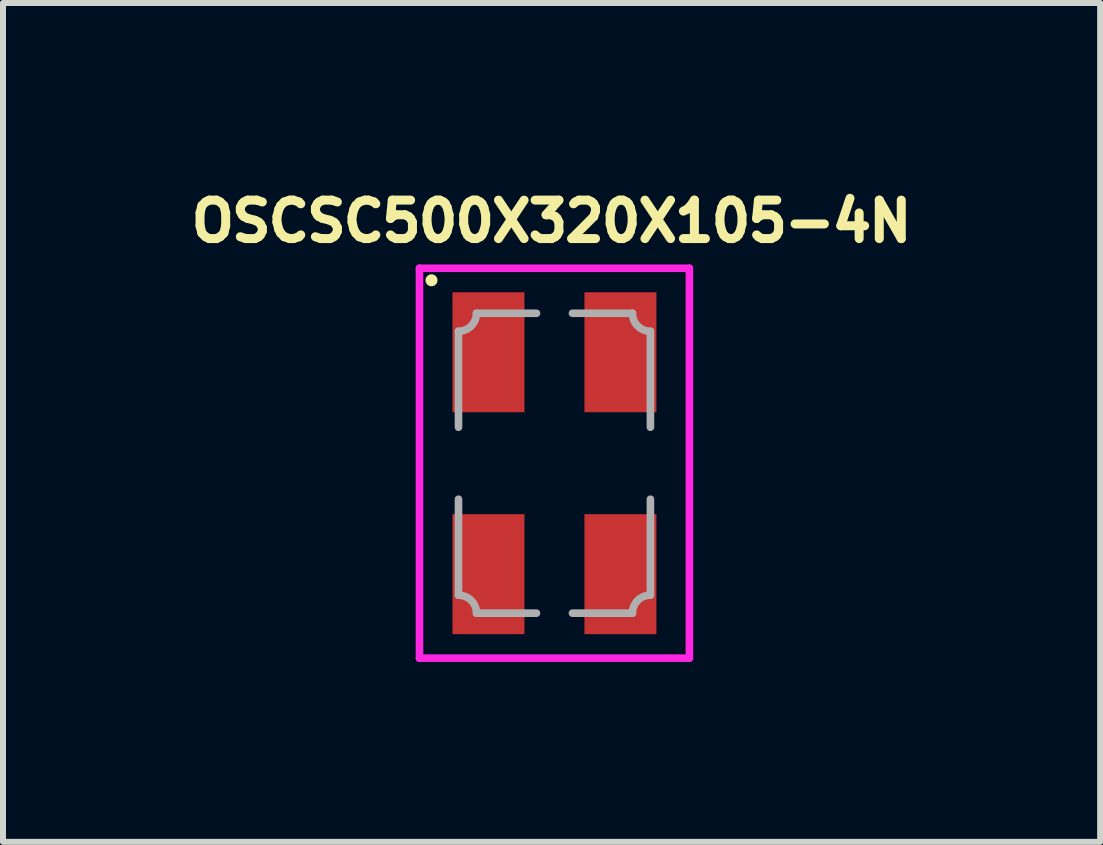
<source format=kicad_pcb>
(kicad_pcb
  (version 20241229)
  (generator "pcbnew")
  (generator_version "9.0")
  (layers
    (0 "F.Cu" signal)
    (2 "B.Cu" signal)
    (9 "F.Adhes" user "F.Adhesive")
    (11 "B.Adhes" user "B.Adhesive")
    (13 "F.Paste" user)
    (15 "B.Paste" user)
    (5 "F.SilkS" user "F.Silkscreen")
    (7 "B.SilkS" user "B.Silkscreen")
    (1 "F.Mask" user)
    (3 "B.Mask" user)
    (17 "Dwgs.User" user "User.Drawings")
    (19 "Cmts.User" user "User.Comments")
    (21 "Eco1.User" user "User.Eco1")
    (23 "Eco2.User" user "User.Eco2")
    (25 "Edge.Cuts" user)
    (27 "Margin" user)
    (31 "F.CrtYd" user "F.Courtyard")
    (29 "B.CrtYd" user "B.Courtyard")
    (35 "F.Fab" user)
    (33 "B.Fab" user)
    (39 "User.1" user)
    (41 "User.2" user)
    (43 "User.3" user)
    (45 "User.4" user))
  (footprint "OSCSC500X320X105-4N"
    (layer "F.Cu")
    (at 6.194 4.673)
    (property "Reference" "OSCSC500X320X105-4N" (at -0.048 -4.034 0) (layer "F.SilkS") (effects (font (size 0.641 0.641) (thickness 0.15))))
    (attr smd)
    (fp_circle (center -2.05 -3.05) (end -1.95 -3.05) (stroke (width 0) (type solid)) (fill yes) (layer "F.SilkS"))
    (fp_line (start -2.25 -3.25) (end -2.25 3.25) (stroke (width 0.127) (type solid)) (layer "F.CrtYd"))
    (fp_line (start -2.25 3.25) (end 2.25 3.25) (stroke (width 0.127) (type solid)) (layer "F.CrtYd"))
    (fp_line (start 2.25 -3.25) (end -2.25 -3.25) (stroke (width 0.127) (type solid)) (layer "F.CrtYd"))
    (fp_line (start 2.25 3.25) (end 2.25 -3.25) (stroke (width 0.127) (type solid)) (layer "F.CrtYd"))
    (fp_line (start -1.6 -2.2) (end -1.6 -0.6) (stroke (width 0.127) (type solid)) (layer "F.Fab"))
    (fp_line (start -1.6 0.6) (end -1.6 2.2) (stroke (width 0.127) (type solid)) (layer "F.Fab"))
    (fp_line (start -1.3 2.5) (end -0.3 2.5) (stroke (width 0.127) (type solid)) (layer "F.Fab"))
    (fp_line (start -0.3 -2.5) (end -1.3 -2.5) (stroke (width 0.127) (type solid)) (layer "F.Fab"))
    (fp_line (start 0.3 -2.5) (end 1.3 -2.5) (stroke (width 0.127) (type solid)) (layer "F.Fab"))
    (fp_line (start 1.3 2.5) (end 0.3 2.5) (stroke (width 0.127) (type solid)) (layer "F.Fab"))
    (fp_line (start 1.6 -2.2) (end 1.6 -0.6) (stroke (width 0.127) (type solid)) (layer "F.Fab"))
    (fp_line (start 1.6 0.6) (end 1.6 2.2) (stroke (width 0.127) (type solid)) (layer "F.Fab"))
    (fp_arc (start -1.6 2.2) (mid -1.387868 2.287868) (end -1.3 2.5) (stroke (width 0.127) (type solid)) (layer "F.Fab"))
    (fp_arc (start -1.3 -2.5) (mid -1.387868 -2.287868) (end -1.6 -2.2) (stroke (width 0.127) (type solid)) (layer "F.Fab"))
    (fp_arc (start 1.3 2.5) (mid 1.387868 2.287868) (end 1.6 2.2) (stroke (width 0.127) (type solid)) (layer "F.Fab"))
    (fp_arc (start 1.6 -2.2) (mid 1.387868 -2.287868) (end 1.3 -2.5) (stroke (width 0.127) (type solid)) (layer "F.Fab"))
    (pad "1" smd rect (at -1.1 -1.85 270) (size 2 1.2) (layers "F.Cu" "F.Mask" "F.Paste"))
    (pad "2" smd rect (at -1.1 1.85 270) (size 2 1.2) (layers "F.Cu" "F.Mask" "F.Paste"))
    (pad "3" smd rect (at 1.1 1.85 270) (size 2 1.2) (layers "F.Cu" "F.Mask" "F.Paste"))
    (pad "4" smd rect (at 1.1 -1.85 270) (size 2 1.2) (layers "F.Cu" "F.Mask" "F.Paste")))
  (gr_rect
    (start -3 -3)
    (end 15.292 10.986)
    (stroke (width 0.1) (type default))
    (fill no)
    (layer "Edge.Cuts")))
</source>
